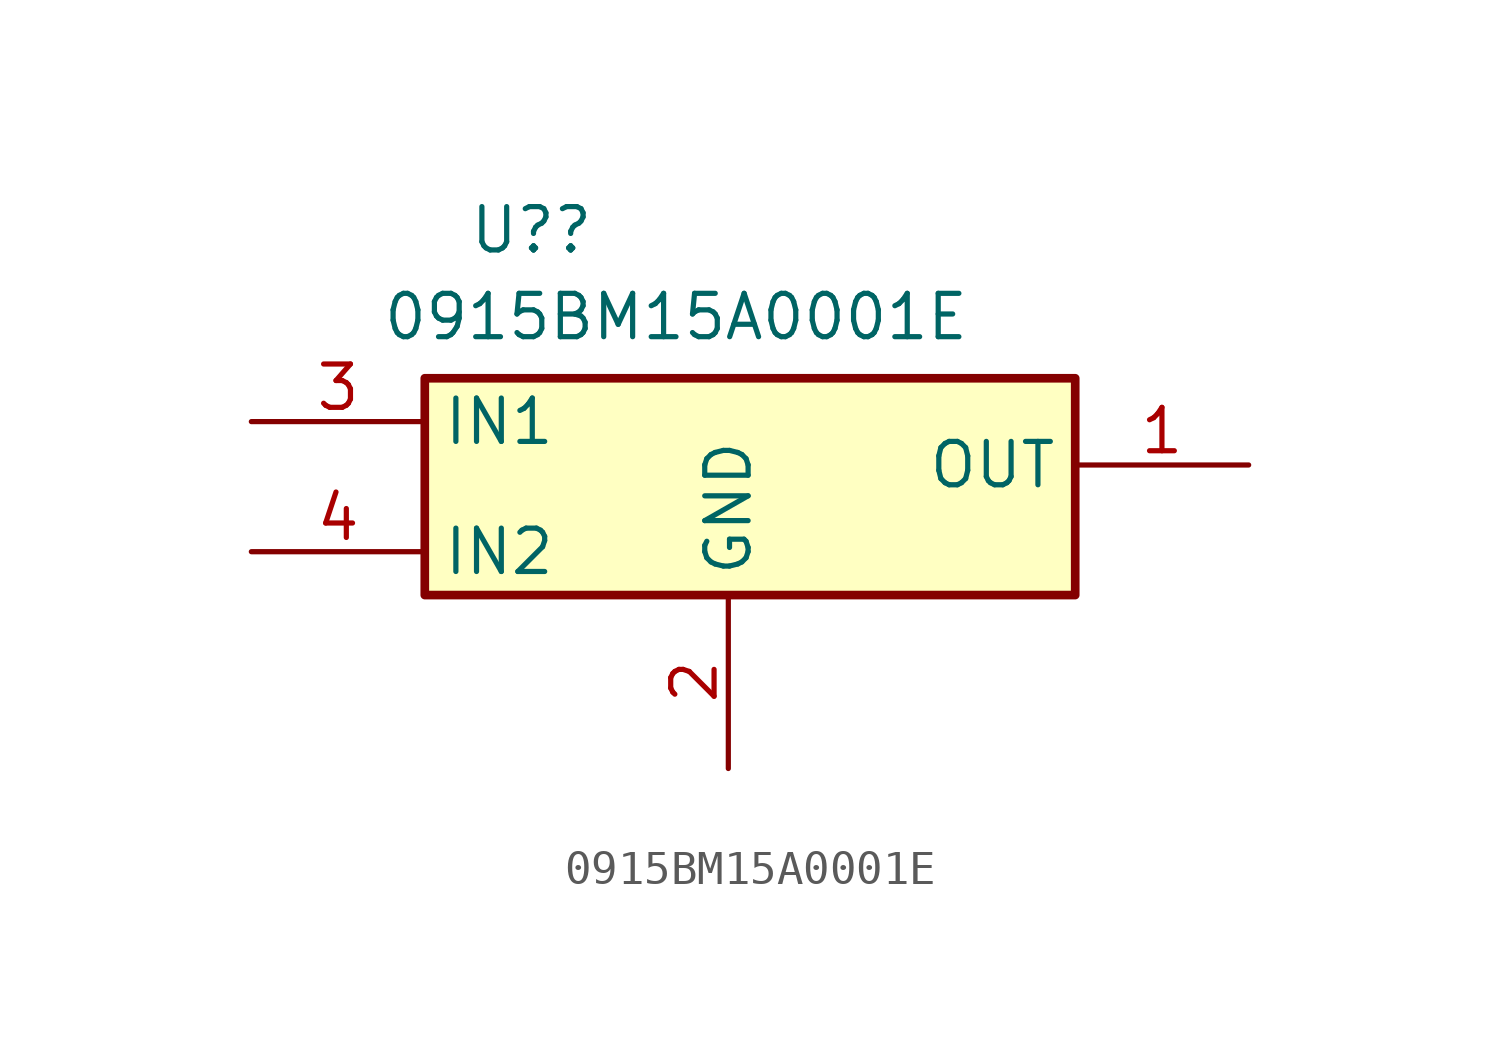
<source format=kicad_sym>
(kicad_symbol_lib
  (version 20220914)
  (generator kicad_symbol_editor)
  (symbol "0915BM15A0001E"
    (property "Reference" "U?"
      (at -7.62 6.35 0)
      (effects (font (size 1.27 1.27)) (justify left top)))
    (property "Value" "0915BM15A0001E"
      (at -10.16 3.81 0)
      (effects (font (size 1.27 1.27)) (justify left top)))
    (symbol "0915BM15A0001E_1_1"
      (rectangle (start -8.89 1.27) (end 10.16 -5.08) (stroke (width 0.254) (type default)) (fill (type background)))
      (pin passive line (at 15.24 -1.27 180) (length 5.08) (name "OUT" (effects (font (size 1.27 1.27)))) (number "1" (effects (font (size 1.27 1.27)))))
      (pin passive line (at 0 -10.16 90) (length 5.08) (name "GND" (effects (font (size 1.27 1.27)))) (number "2" (effects (font (size 1.27 1.27)))))
      (pin passive line (at -13.97 0 0) (length 5.08) (name "IN1" (effects (font (size 1.27 1.27)))) (number "3" (effects (font (size 1.27 1.27)))))
      (pin passive line (at -13.97 -3.81 0) (length 5.08) (name "IN2" (effects (font (size 1.27 1.27)))) (number "4" (effects (font (size 1.27 1.27)))))
      (pin passive line (at 0 -10.16 90) (length 5.08) hide (name "GND_2" (effects (font (size 1.27 1.27)))) (number "5" (effects (font (size 1.27 1.27)))))
      (pin passive line (at 0 -10.16 90) (length 5.08) hide (name "GND_3" (effects (font (size 1.27 1.27)))) (number "6" (effects (font (size 1.27 1.27))))))))
</source>
